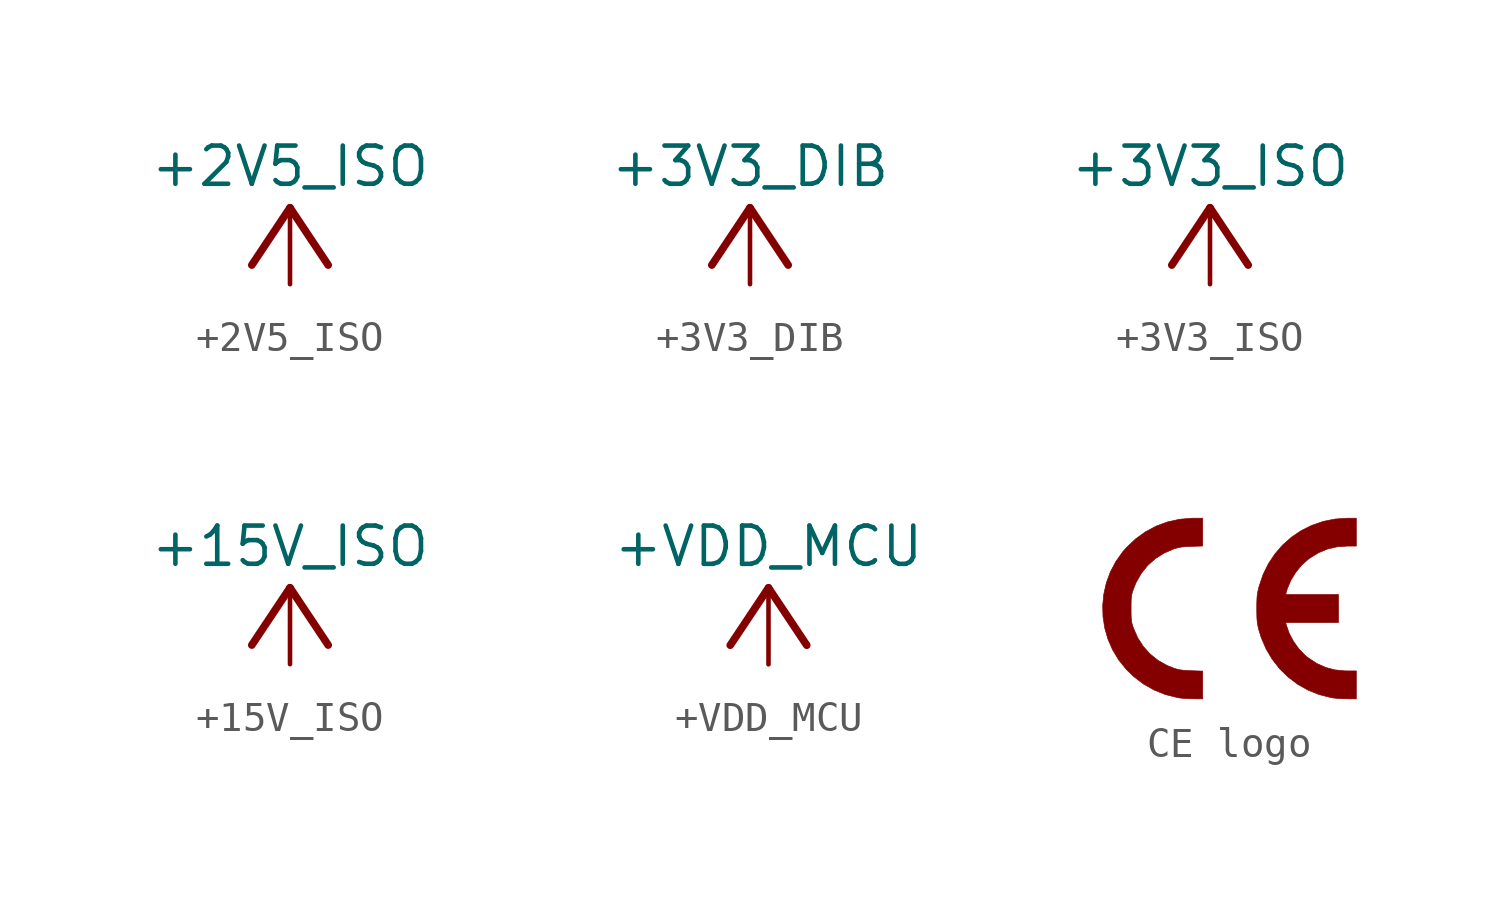
<source format=kicad_sym>
(kicad_symbol_lib
  (version 20241209)
  (generator "kicad_symbol_editor")
  (generator_version "9.0")
  (symbol "+2V5_ISO"
    (power)
    (property "Reference" "#+2V5_ISO"
      (at 0 0 0)
      (effects (font (size 1.27 1.27)) (hide yes)))
    (property "Value" "+2V5_ISO"
      (at 0 3.175 0)
      (effects (font (size 1.27 1.27)) (justify bottom)))
    (property "ki_locked" ""
      (at 0 0 0)
      (effects (font (size 1.27 1.27))))
    (symbol "+2V5_ISO_1_0"
      (polyline (pts (xy 0 2.54) (xy -1.27 0.635)) (stroke (width 0.254) (type solid)) (fill (type none)))
      (polyline (pts (xy 1.27 0.635) (xy 0 2.54)) (stroke (width 0.254) (type solid)) (fill (type none)))
      (pin power_in line (at 0 0 90) (length 2.54) (name "+2V5_ISO" (effects (font (size 0 0)))) (number "1" (effects (font (size 0 0)))))))
  (symbol "+3V3_DIB"
    (power)
    (property "Reference" "#+3V3_DIB"
      (at 0 0 0)
      (effects (font (size 1.27 1.27)) (hide yes)))
    (property "Value" "+3V3_DIB"
      (at 0 3.175 0)
      (effects (font (size 1.27 1.27)) (justify bottom)))
    (property "ki_locked" ""
      (at 0 0 0)
      (effects (font (size 1.27 1.27))))
    (symbol "+3V3_DIB_1_0"
      (polyline (pts (xy 0 2.54) (xy -1.27 0.635)) (stroke (width 0.254) (type solid)) (fill (type none)))
      (polyline (pts (xy 1.27 0.635) (xy 0 2.54)) (stroke (width 0.254) (type solid)) (fill (type none)))
      (pin power_in line (at 0 0 90) (length 2.54) (name "+5V_ISO" (effects (font (size 0 0)))) (number "1" (effects (font (size 0 0)))))))
  (symbol "+3V3_ISO"
    (power)
    (property "Reference" "#+3V3_ISO"
      (at 0 0 0)
      (effects (font (size 1.27 1.27)) (hide yes)))
    (property "Value" "+3V3_ISO"
      (at 0 3.175 0)
      (effects (font (size 1.27 1.27)) (justify bottom)))
    (property "ki_locked" ""
      (at 0 0 0)
      (effects (font (size 1.27 1.27))))
    (symbol "+3V3_ISO_1_0"
      (polyline (pts (xy 0 2.54) (xy -1.27 0.635)) (stroke (width 0.254) (type solid)) (fill (type none)))
      (polyline (pts (xy 1.27 0.635) (xy 0 2.54)) (stroke (width 0.254) (type solid)) (fill (type none)))
      (pin power_in line (at 0 0 90) (length 2.54) (name "+3V3_ISO" (effects (font (size 0 0)))) (number "1" (effects (font (size 0 0)))))))
  (symbol "+15V_ISO"
    (power)
    (property "Reference" "#+15V_ISO"
      (at 0 0 0)
      (effects (font (size 1.27 1.27)) (hide yes)))
    (property "Value" "+15V_ISO"
      (at 0 3.175 0)
      (effects (font (size 1.27 1.27)) (justify bottom)))
    (property "ki_locked" ""
      (at 0 0 0)
      (effects (font (size 1.27 1.27))))
    (symbol "+15V_ISO_1_0"
      (polyline (pts (xy 0 2.54) (xy -1.27 0.635)) (stroke (width 0.254) (type solid)) (fill (type none)))
      (polyline (pts (xy 1.27 0.635) (xy 0 2.54)) (stroke (width 0.254) (type solid)) (fill (type none)))
      (pin power_in line (at 0 0 90) (length 2.54) (name "+15V_ISO" (effects (font (size 0 0)))) (number "1" (effects (font (size 0 0)))))))
  (symbol "+VDD_MCU"
    (power)
    (property "Reference" "#+VDD_MCU"
      (at 0 0 0)
      (effects (font (size 1.27 1.27)) (hide yes)))
    (property "Value" "+VDD_MCU"
      (at 0 3.175 0)
      (effects (font (size 1.27 1.27)) (justify bottom)))
    (property "ki_locked" ""
      (at 0 0 0)
      (effects (font (size 1.27 1.27))))
    (symbol "+VDD_MCU_1_0"
      (polyline (pts (xy 0 2.54) (xy -1.27 0.635)) (stroke (width 0.254) (type solid)) (fill (type none)))
      (polyline (pts (xy 1.27 0.635) (xy 0 2.54)) (stroke (width 0.254) (type solid)) (fill (type none)))
      (pin power_in line (at 0 0 90) (length 2.54) (name "+VDD_MCU" (effects (font (size 0 0)))) (number "1" (effects (font (size 0 0)))))))
  (symbol "CE logo"
    (pin_names
      (offset 1.016))
    (property "Reference" "LOGO"
      (at 0 2.353 0)
      (effects (font (size 1.27 1.27)) (hide yes)))
    (symbol "CE logo_0_0"
      (polyline (pts (xy -0.874 -2.554) (xy -0.874 -2.093) (xy -1.248 -2.08) (xy -1.381 -2.075) (xy -1.521 -2.064) (xy -1.634 -2.049) (xy -1.737 -2.025) (xy -1.847 -1.991) (xy -2.066 -1.902) (xy -2.363 -1.734) (xy -2.626 -1.522) (xy -2.851 -1.271) (xy -3.036 -0.983) (xy -3.176 -0.662) (xy -3.177 -0.66) (xy -3.208 -0.568) (xy -3.229 -0.487) (xy -3.243 -0.406) (xy -3.251 -0.309) (xy -3.255 -0.183) (xy -3.255 -0.014) (xy -3.255 -0.01) (xy -3.255 0.158) (xy -3.251 0.283) (xy -3.243 0.379) (xy -3.229 0.461) (xy -3.208 0.541) (xy -3.176 0.634) (xy -3.086 0.856) (xy -2.915 1.154) (xy -2.702 1.418) (xy -2.451 1.642) (xy -2.164 1.825) (xy -1.847 1.962) (xy -1.763 1.989) (xy -1.659 2.016) (xy -1.55 2.033) (xy -1.419 2.044) (xy -1.248 2.052) (xy -0.874 2.064) (xy -0.874 2.526) (xy -0.874 2.988) (xy -1.166 2.988) (xy -1.22 2.988) (xy -1.637 2.954) (xy -2.037 2.867) (xy -2.417 2.728) (xy -2.774 2.538) (xy -3.107 2.298) (xy -3.412 2.009) (xy -3.535 1.867) (xy -3.763 1.545) (xy -3.944 1.201) (xy -4.077 0.84) (xy -4.161 0.467) (xy -4.198 0.088) (xy -4.187 -0.293) (xy -4.128 -0.67) (xy -4.021 -1.038) (xy -3.866 -1.392) (xy -3.663 -1.727) (xy -3.412 -2.037) (xy -3.175 -2.268) (xy -2.847 -2.519) (xy -2.491 -2.721) (xy -2.112 -2.874) (xy -1.711 -2.974) (xy -1.645 -2.985) (xy -1.505 -2.999) (xy -1.346 -3.009) (xy -1.191 -3.014) (xy -0.874 -3.016) (xy -0.874 -2.554)) (stroke (width 0.01) (type default)) (fill (type outline)))
      (polyline (pts (xy 4.229 -2.551) (xy 4.229 -2.086) (xy 3.923 -2.086) (xy 3.836 -2.085) (xy 3.509 -2.051) (xy 3.204 -1.969) (xy 2.914 -1.837) (xy 2.631 -1.651) (xy 2.531 -1.57) (xy 2.321 -1.353) (xy 2.14 -1.102) (xy 1.997 -0.83) (xy 1.901 -0.551) (xy 1.883 -0.479) (xy 2.76 -0.479) (xy 3.637 -0.479) (xy 3.637 -0.014) (xy 3.637 0.451) (xy 2.76 0.451) (xy 1.883 0.451) (xy 1.901 0.523) (xy 1.937 0.646) (xy 2.055 0.924) (xy 2.216 1.188) (xy 2.411 1.426) (xy 2.631 1.623) (xy 2.69 1.666) (xy 2.978 1.842) (xy 3.275 1.965) (xy 3.588 2.037) (xy 3.926 2.061) (xy 4.229 2.061) (xy 4.229 2.525) (xy 4.229 2.988) (xy 3.936 2.988) (xy 3.936 2.988) (xy 3.525 2.961) (xy 3.13 2.882) (xy 2.755 2.753) (xy 2.403 2.579) (xy 2.079 2.36) (xy 1.785 2.101) (xy 1.527 1.804) (xy 1.306 1.472) (xy 1.128 1.108) (xy 0.995 0.714) (xy 0.973 0.625) (xy 0.95 0.522) (xy 0.935 0.42) (xy 0.927 0.307) (xy 0.922 0.168) (xy 0.921 -0.014) (xy 0.922 -0.155) (xy 0.925 -0.304) (xy 0.933 -0.422) (xy 0.946 -0.525) (xy 0.966 -0.627) (xy 0.995 -0.743) (xy 1.069 -0.98) (xy 1.23 -1.355) (xy 1.435 -1.701) (xy 1.681 -2.015) (xy 1.964 -2.292) (xy 2.28 -2.531) (xy 2.627 -2.726) (xy 2.998 -2.875) (xy 3.392 -2.975) (xy 3.458 -2.985) (xy 3.598 -2.999) (xy 3.757 -3.009) (xy 3.912 -3.014) (xy 4.229 -3.016) (xy 4.229 -2.551)) (stroke (width 0.01) (type default)) (fill (type outline))))))
</source>
